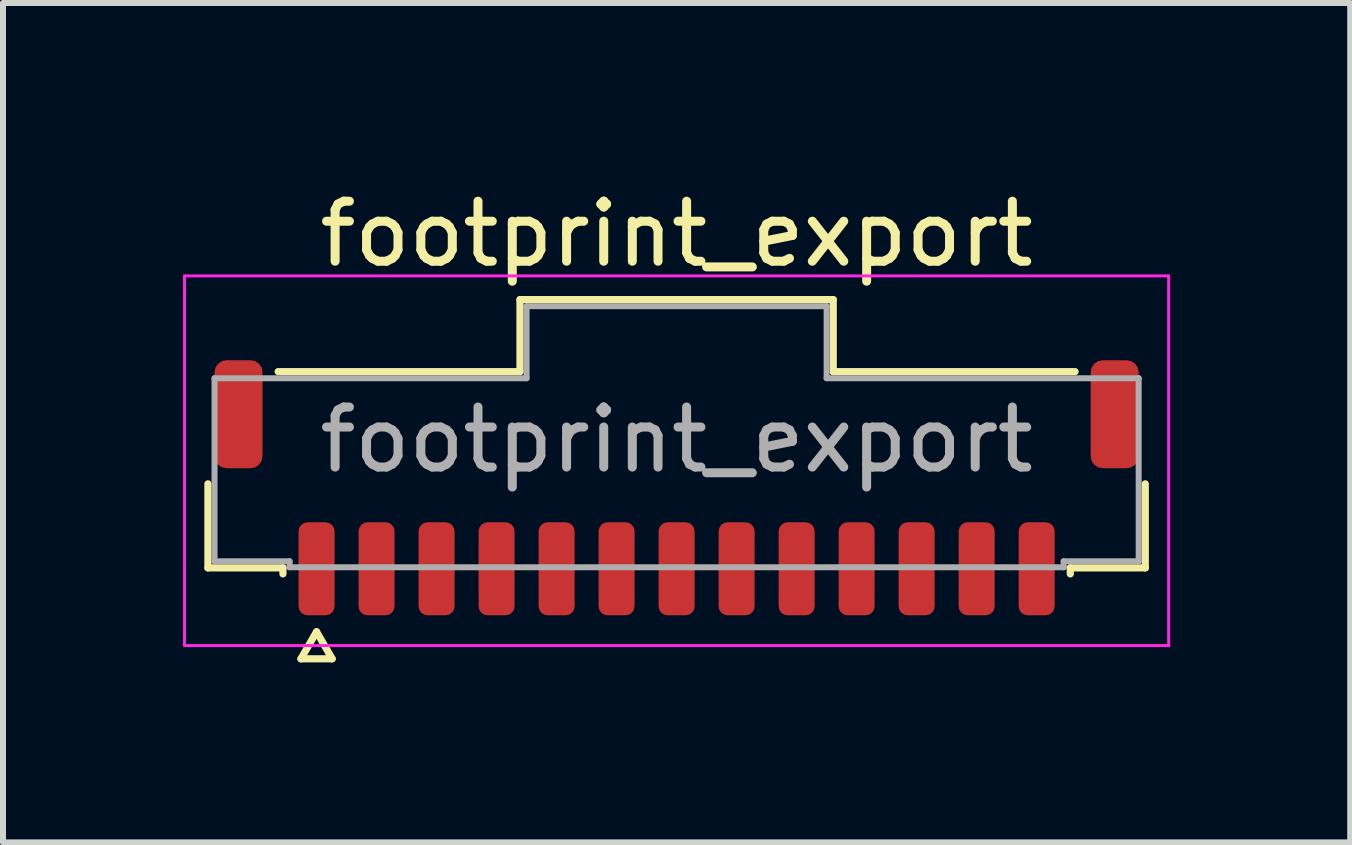
<source format=kicad_pcb>
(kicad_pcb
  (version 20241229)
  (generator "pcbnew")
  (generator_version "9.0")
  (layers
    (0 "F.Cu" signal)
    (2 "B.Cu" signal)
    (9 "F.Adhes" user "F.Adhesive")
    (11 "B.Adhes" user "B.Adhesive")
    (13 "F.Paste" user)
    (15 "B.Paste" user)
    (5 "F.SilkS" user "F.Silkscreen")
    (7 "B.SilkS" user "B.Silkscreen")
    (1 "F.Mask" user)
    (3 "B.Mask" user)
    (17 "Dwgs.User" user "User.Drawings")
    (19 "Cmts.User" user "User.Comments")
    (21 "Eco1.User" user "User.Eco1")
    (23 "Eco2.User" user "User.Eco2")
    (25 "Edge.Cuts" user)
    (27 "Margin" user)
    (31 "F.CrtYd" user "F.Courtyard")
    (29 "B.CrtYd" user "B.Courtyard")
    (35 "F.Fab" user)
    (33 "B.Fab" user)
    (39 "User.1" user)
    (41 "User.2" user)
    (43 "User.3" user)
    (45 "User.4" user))
  (footprint "footprint_export"
    (layer "F.Cu")
    (at 8.225 4.278)
    (property "Reference" "footprint_export" (at 0 -3.43 0) (layer "F.SilkS") (effects (font (size 1 1) (thickness 0.15))))
    (attr smd)
    (fp_line (start -7.81 2.135) (end -7.81 0.735) (stroke (width 0.12) (type solid)) (layer "F.SilkS"))
    (fp_line (start -6.64 -1.135) (end -2.61 -1.135) (stroke (width 0.12) (type solid)) (layer "F.SilkS"))
    (fp_line (start -6.56 2.135) (end -7.81 2.135) (stroke (width 0.12) (type solid)) (layer "F.SilkS"))
    (fp_line (start -6.56 2.235) (end -6.56 2.135) (stroke (width 0.12) (type solid)) (layer "F.SilkS"))
    (fp_line (start -6.26 3.65) (end -6 3.2) (stroke (width 0.12) (type solid)) (layer "F.SilkS"))
    (fp_line (start -6 3.2) (end -5.74 3.65) (stroke (width 0.12) (type solid)) (layer "F.SilkS"))
    (fp_line (start -5.74 3.65) (end -6.26 3.65) (stroke (width 0.12) (type solid)) (layer "F.SilkS"))
    (fp_line (start -2.61 -2.335) (end 2.61 -2.335) (stroke (width 0.12) (type solid)) (layer "F.SilkS"))
    (fp_line (start -2.61 -1.135) (end -2.61 -2.335) (stroke (width 0.12) (type solid)) (layer "F.SilkS"))
    (fp_line (start 2.61 -2.335) (end 2.61 -1.135) (stroke (width 0.12) (type solid)) (layer "F.SilkS"))
    (fp_line (start 2.61 -1.135) (end 6.64 -1.135) (stroke (width 0.12) (type solid)) (layer "F.SilkS"))
    (fp_line (start 6.56 2.135) (end 6.56 2.235) (stroke (width 0.12) (type solid)) (layer "F.SilkS"))
    (fp_line (start 7.81 0.735) (end 7.81 2.135) (stroke (width 0.12) (type solid)) (layer "F.SilkS"))
    (fp_line (start 7.81 2.135) (end 6.56 2.135) (stroke (width 0.12) (type solid)) (layer "F.SilkS"))
    (fp_line (start -8.2 -2.73) (end -8.2 3.43) (stroke (width 0.05) (type solid)) (layer "F.CrtYd"))
    (fp_line (start -8.2 3.43) (end 8.2 3.43) (stroke (width 0.05) (type solid)) (layer "F.CrtYd"))
    (fp_line (start 8.2 -2.73) (end -8.2 -2.73) (stroke (width 0.05) (type solid)) (layer "F.CrtYd"))
    (fp_line (start 8.2 3.43) (end 8.2 -2.73) (stroke (width 0.05) (type solid)) (layer "F.CrtYd"))
    (fp_line (start -7.7 -1.025) (end -2.5 -1.025) (stroke (width 0.1) (type solid)) (layer "F.Fab"))
    (fp_line (start -7.7 2.025) (end -7.7 -1.025) (stroke (width 0.1) (type solid)) (layer "F.Fab"))
    (fp_line (start -6.45 2.025) (end -7.7 2.025) (stroke (width 0.1) (type solid)) (layer "F.Fab"))
    (fp_line (start -6.45 2.125) (end -6.45 2.025) (stroke (width 0.1) (type solid)) (layer "F.Fab"))
    (fp_line (start -2.5 -2.225) (end 2.5 -2.225) (stroke (width 0.1) (type solid)) (layer "F.Fab"))
    (fp_line (start -2.5 -1.025) (end -2.5 -2.225) (stroke (width 0.1) (type solid)) (layer "F.Fab"))
    (fp_line (start 2.5 -2.225) (end 2.5 -1.025) (stroke (width 0.1) (type solid)) (layer "F.Fab"))
    (fp_line (start 2.5 -1.025) (end 7.7 -1.025) (stroke (width 0.1) (type solid)) (layer "F.Fab"))
    (fp_line (start 6.45 2.025) (end 6.45 2.125) (stroke (width 0.1) (type solid)) (layer "F.Fab"))
    (fp_line (start 6.45 2.125) (end -6.45 2.125) (stroke (width 0.1) (type solid)) (layer "F.Fab"))
    (fp_line (start 7.7 -1.025) (end 7.7 2.025) (stroke (width 0.1) (type solid)) (layer "F.Fab"))
    (fp_line (start 7.7 2.025) (end 6.45 2.025) (stroke (width 0.1) (type solid)) (layer "F.Fab"))
    (fp_text user "${REFERENCE}" (at 0 0 0) (layer "F.Fab") (effects (font (size 1 1) (thickness 0.15))))
    (pad "1" smd roundrect (at -6 2.15) (size 0.6 1.55) (layers "F.Cu" "F.Mask" "F.Paste") (roundrect_rratio 0.25))
    (pad "2" smd roundrect (at -5 2.15) (size 0.6 1.55) (layers "F.Cu" "F.Mask" "F.Paste") (roundrect_rratio 0.25))
    (pad "3" smd roundrect (at -4 2.15) (size 0.6 1.55) (layers "F.Cu" "F.Mask" "F.Paste") (roundrect_rratio 0.25))
    (pad "4" smd roundrect (at -3 2.15) (size 0.6 1.55) (layers "F.Cu" "F.Mask" "F.Paste") (roundrect_rratio 0.25))
    (pad "5" smd roundrect (at -2 2.15) (size 0.6 1.55) (layers "F.Cu" "F.Mask" "F.Paste") (roundrect_rratio 0.25))
    (pad "6" smd roundrect (at -1 2.15) (size 0.6 1.55) (layers "F.Cu" "F.Mask" "F.Paste") (roundrect_rratio 0.25))
    (pad "7" smd roundrect (at 0 2.15) (size 0.6 1.55) (layers "F.Cu" "F.Mask" "F.Paste") (roundrect_rratio 0.25))
    (pad "8" smd roundrect (at 1 2.15) (size 0.6 1.55) (layers "F.Cu" "F.Mask" "F.Paste") (roundrect_rratio 0.25))
    (pad "9" smd roundrect (at 2 2.15) (size 0.6 1.55) (layers "F.Cu" "F.Mask" "F.Paste") (roundrect_rratio 0.25))
    (pad "10" smd roundrect (at 3 2.15) (size 0.6 1.55) (layers "F.Cu" "F.Mask" "F.Paste") (roundrect_rratio 0.25))
    (pad "11" smd roundrect (at 4 2.15) (size 0.6 1.55) (layers "F.Cu" "F.Mask" "F.Paste") (roundrect_rratio 0.25))
    (pad "12" smd roundrect (at 5 2.15) (size 0.6 1.55) (layers "F.Cu" "F.Mask" "F.Paste") (roundrect_rratio 0.25))
    (pad "13" smd roundrect (at 6 2.15) (size 0.6 1.55) (layers "F.Cu" "F.Mask" "F.Paste") (roundrect_rratio 0.25))
    (pad "MP" smd roundrect (at -7.3 -0.425) (size 0.8 1.8) (layers "F.Cu" "F.Mask" "F.Paste") (roundrect_rratio 0.25))
    (pad "MP" smd roundrect (at 7.3 -0.425) (size 0.8 1.8) (layers "F.Cu" "F.Mask" "F.Paste") (roundrect_rratio 0.25)))
  (gr_rect
    (start -3 -3)
    (end 19.45 10.988)
    (stroke (width 0.1) (type default))
    (fill no)
    (layer "Edge.Cuts")))
</source>
